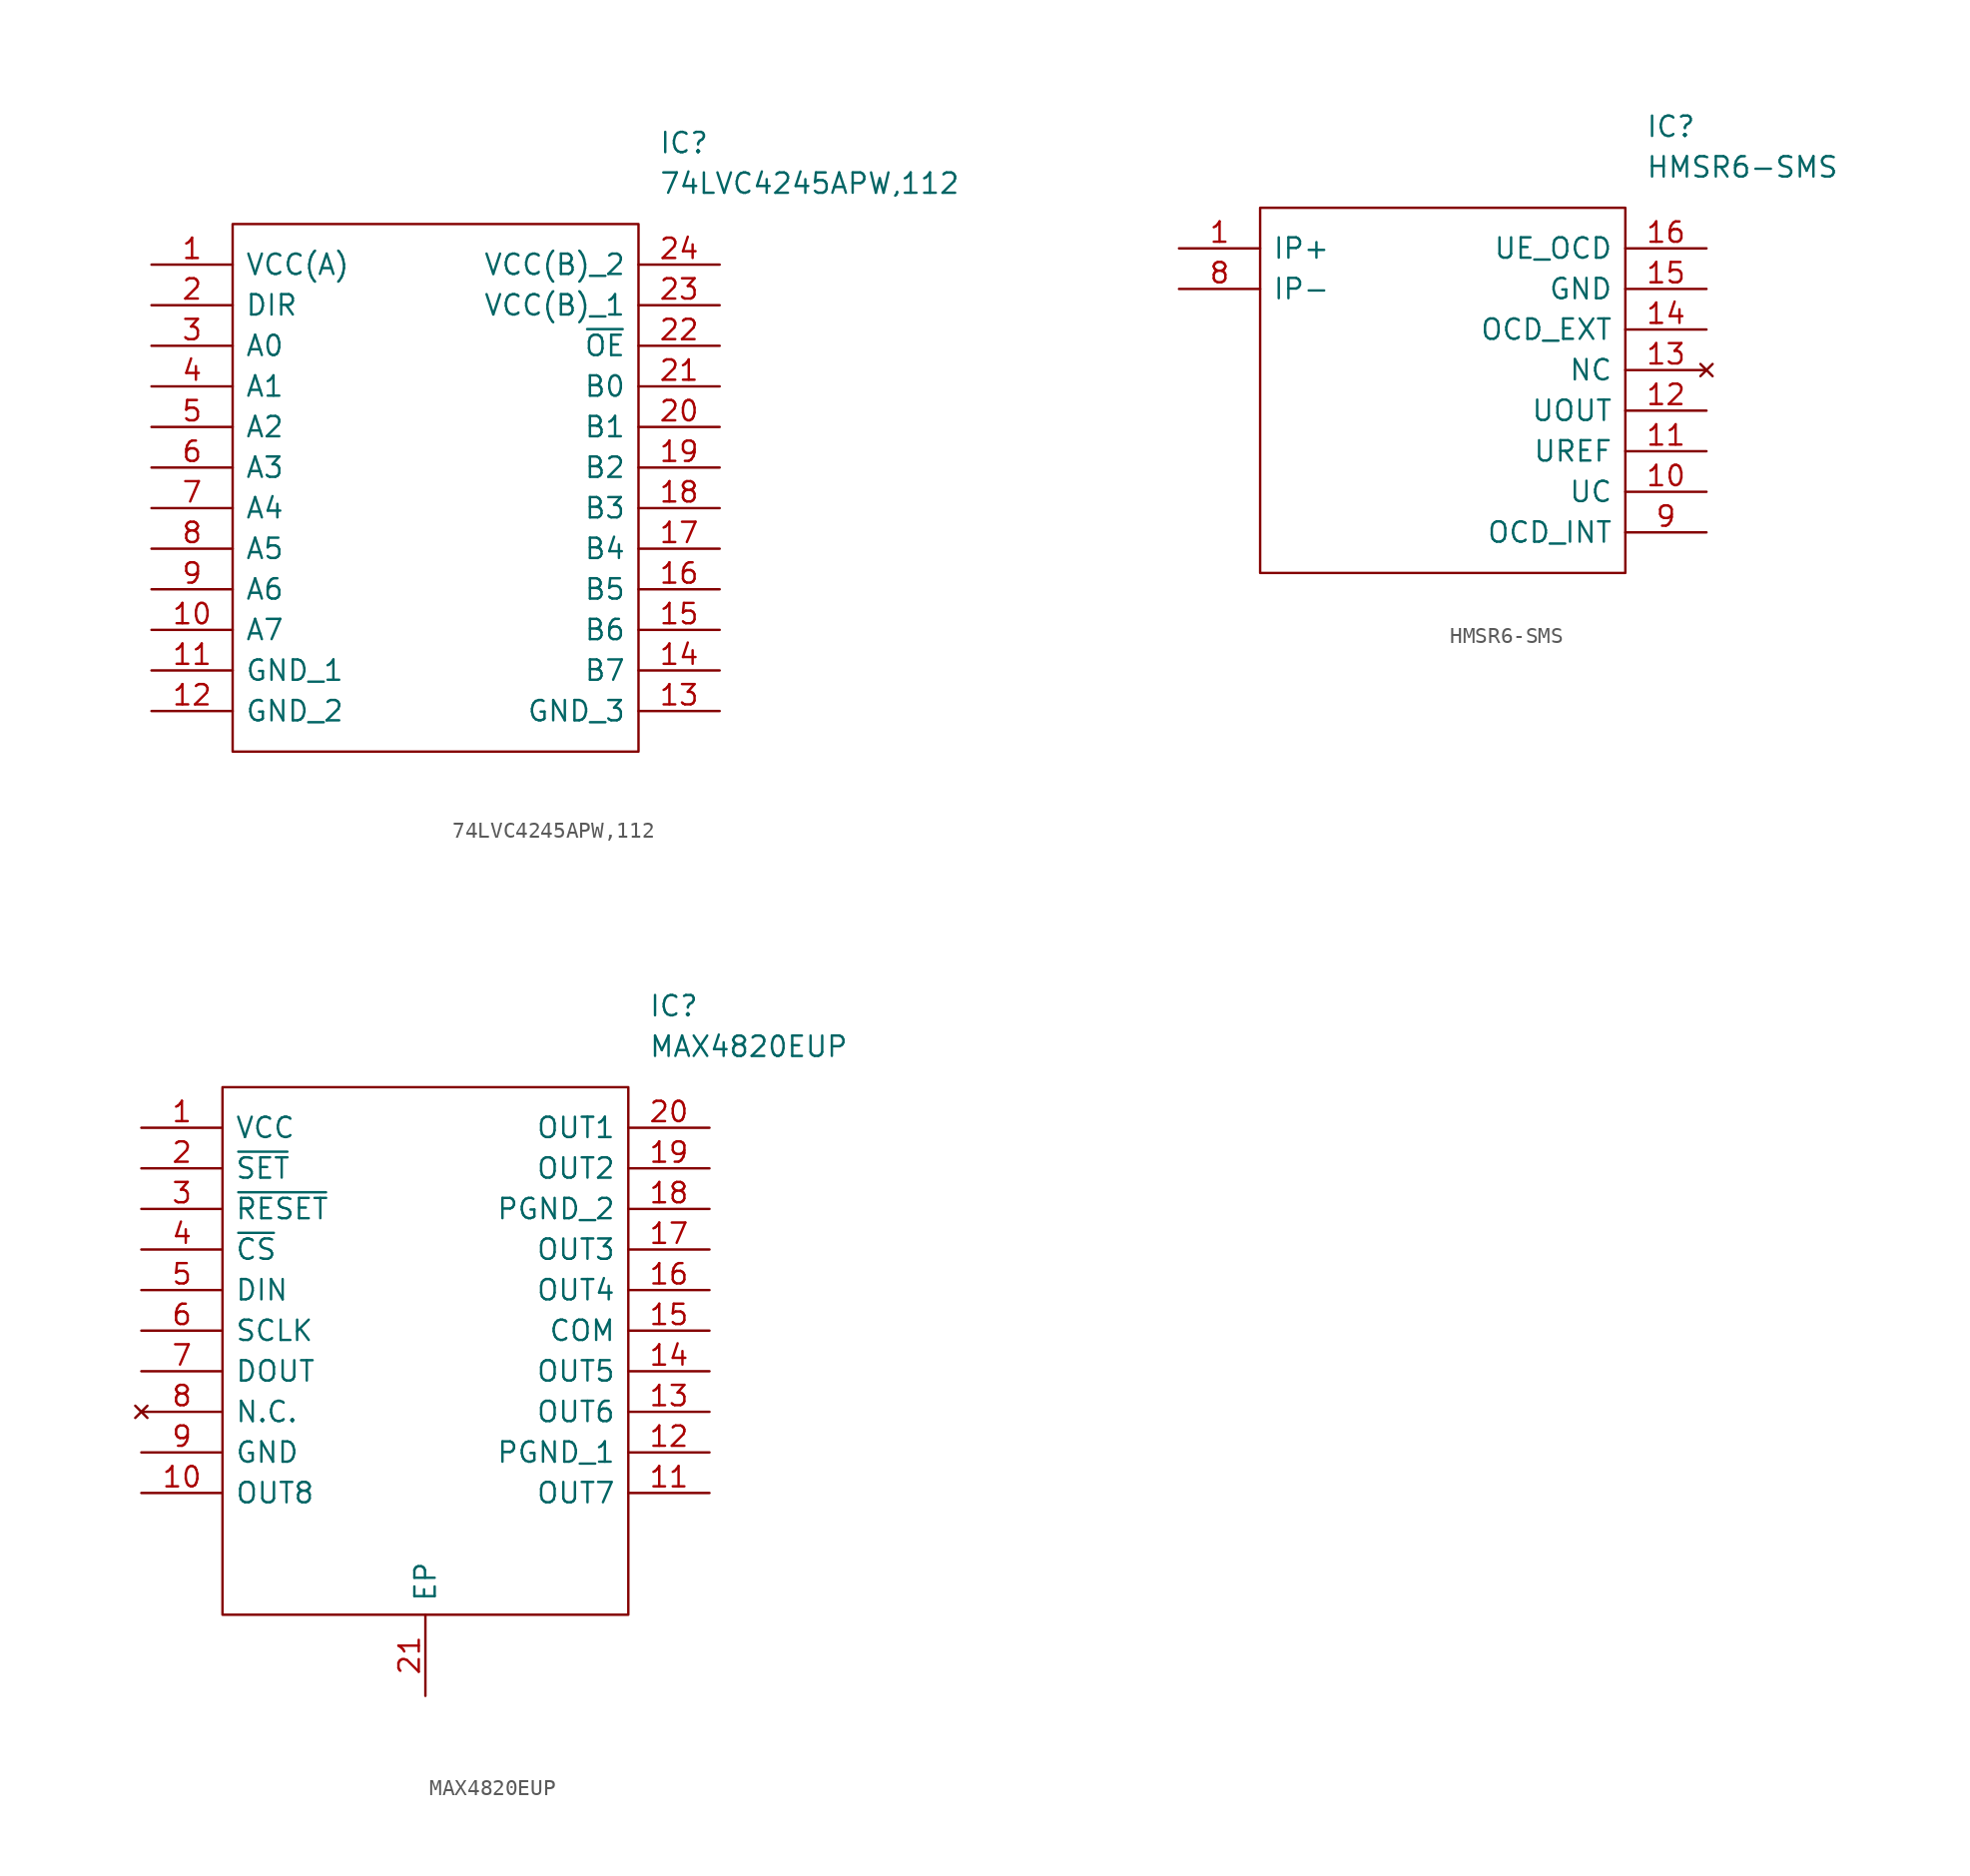
<source format=kicad_sym>
(kicad_symbol_lib
  (version 20211014)
  (generator kicad_symbol_editor)
  (symbol "74LVC4245APW,112"
    (pin_names
      (offset 0.762))
    (property "Reference" "IC"
      (at 31.75 7.62 0)
      (effects (font (size 1.27 1.27)) (justify left)))
    (property "Value" "74LVC4245APW,112"
      (at 31.75 5.08 0)
      (effects (font (size 1.27 1.27)) (justify left)))
    (symbol "74LVC4245APW,112_0_0"
      (pin passive line (at 0 0 0) (length 5.08) (name "VCC(A)" (effects (font (size 1.27 1.27)))) (number "1" (effects (font (size 1.27 1.27)))))
      (pin passive line (at 0 -22.86 0) (length 5.08) (name "A7" (effects (font (size 1.27 1.27)))) (number "10" (effects (font (size 1.27 1.27)))))
      (pin passive line (at 0 -25.4 0) (length 5.08) (name "GND_1" (effects (font (size 1.27 1.27)))) (number "11" (effects (font (size 1.27 1.27)))))
      (pin passive line (at 0 -27.94 0) (length 5.08) (name "GND_2" (effects (font (size 1.27 1.27)))) (number "12" (effects (font (size 1.27 1.27)))))
      (pin passive line (at 35.56 -27.94 180) (length 5.08) (name "GND_3" (effects (font (size 1.27 1.27)))) (number "13" (effects (font (size 1.27 1.27)))))
      (pin passive line (at 35.56 -25.4 180) (length 5.08) (name "B7" (effects (font (size 1.27 1.27)))) (number "14" (effects (font (size 1.27 1.27)))))
      (pin passive line (at 35.56 -22.86 180) (length 5.08) (name "B6" (effects (font (size 1.27 1.27)))) (number "15" (effects (font (size 1.27 1.27)))))
      (pin passive line (at 35.56 -20.32 180) (length 5.08) (name "B5" (effects (font (size 1.27 1.27)))) (number "16" (effects (font (size 1.27 1.27)))))
      (pin passive line (at 35.56 -17.78 180) (length 5.08) (name "B4" (effects (font (size 1.27 1.27)))) (number "17" (effects (font (size 1.27 1.27)))))
      (pin passive line (at 35.56 -15.24 180) (length 5.08) (name "B3" (effects (font (size 1.27 1.27)))) (number "18" (effects (font (size 1.27 1.27)))))
      (pin passive line (at 35.56 -12.7 180) (length 5.08) (name "B2" (effects (font (size 1.27 1.27)))) (number "19" (effects (font (size 1.27 1.27)))))
      (pin passive line (at 0 -2.54 0) (length 5.08) (name "DIR" (effects (font (size 1.27 1.27)))) (number "2" (effects (font (size 1.27 1.27)))))
      (pin passive line (at 35.56 -10.16 180) (length 5.08) (name "B1" (effects (font (size 1.27 1.27)))) (number "20" (effects (font (size 1.27 1.27)))))
      (pin passive line (at 35.56 -7.62 180) (length 5.08) (name "B0" (effects (font (size 1.27 1.27)))) (number "21" (effects (font (size 1.27 1.27)))))
      (pin passive line (at 35.56 -5.08 180) (length 5.08) (name "~{OE}" (effects (font (size 1.27 1.27)))) (number "22" (effects (font (size 1.27 1.27)))))
      (pin passive line (at 35.56 -2.54 180) (length 5.08) (name "VCC(B)_1" (effects (font (size 1.27 1.27)))) (number "23" (effects (font (size 1.27 1.27)))))
      (pin passive line (at 35.56 0 180) (length 5.08) (name "VCC(B)_2" (effects (font (size 1.27 1.27)))) (number "24" (effects (font (size 1.27 1.27)))))
      (pin passive line (at 0 -5.08 0) (length 5.08) (name "A0" (effects (font (size 1.27 1.27)))) (number "3" (effects (font (size 1.27 1.27)))))
      (pin passive line (at 0 -7.62 0) (length 5.08) (name "A1" (effects (font (size 1.27 1.27)))) (number "4" (effects (font (size 1.27 1.27)))))
      (pin passive line (at 0 -10.16 0) (length 5.08) (name "A2" (effects (font (size 1.27 1.27)))) (number "5" (effects (font (size 1.27 1.27)))))
      (pin passive line (at 0 -12.7 0) (length 5.08) (name "A3" (effects (font (size 1.27 1.27)))) (number "6" (effects (font (size 1.27 1.27)))))
      (pin passive line (at 0 -15.24 0) (length 5.08) (name "A4" (effects (font (size 1.27 1.27)))) (number "7" (effects (font (size 1.27 1.27)))))
      (pin passive line (at 0 -17.78 0) (length 5.08) (name "A5" (effects (font (size 1.27 1.27)))) (number "8" (effects (font (size 1.27 1.27)))))
      (pin passive line (at 0 -20.32 0) (length 5.08) (name "A6" (effects (font (size 1.27 1.27)))) (number "9" (effects (font (size 1.27 1.27))))))
    (symbol "74LVC4245APW,112_0_1"
      (polyline (pts (xy 5.08 2.54) (xy 30.48 2.54) (xy 30.48 -30.48) (xy 5.08 -30.48) (xy 5.08 2.54)) (stroke (width 0.152) (type default) (color 0 0 0 0)) (fill (type none)))))
  (symbol "HMSR6-SMS"
    (pin_names
      (offset 0.762))
    (property "Reference" "IC"
      (at 29.21 7.62 0)
      (effects (font (size 1.27 1.27)) (justify left)))
    (property "Value" "HMSR6-SMS"
      (at 29.21 5.08 0)
      (effects (font (size 1.27 1.27)) (justify left)))
    (symbol "HMSR6-SMS_0_0"
      (pin passive line (at 0 0 0) (length 5.08) (name "IP+" (effects (font (size 1.27 1.27)))) (number "1" (effects (font (size 1.27 1.27)))))
      (pin passive line (at 33.02 -15.24 180) (length 5.08) (name "UC" (effects (font (size 1.27 1.27)))) (number "10" (effects (font (size 1.27 1.27)))))
      (pin passive line (at 33.02 -12.7 180) (length 5.08) (name "UREF" (effects (font (size 1.27 1.27)))) (number "11" (effects (font (size 1.27 1.27)))))
      (pin passive line (at 33.02 -10.16 180) (length 5.08) (name "UOUT" (effects (font (size 1.27 1.27)))) (number "12" (effects (font (size 1.27 1.27)))))
      (pin no_connect line (at 33.02 -7.62 180) (length 5.08) (name "NC" (effects (font (size 1.27 1.27)))) (number "13" (effects (font (size 1.27 1.27)))))
      (pin passive line (at 33.02 -5.08 180) (length 5.08) (name "OCD_EXT" (effects (font (size 1.27 1.27)))) (number "14" (effects (font (size 1.27 1.27)))))
      (pin passive line (at 33.02 -2.54 180) (length 5.08) (name "GND" (effects (font (size 1.27 1.27)))) (number "15" (effects (font (size 1.27 1.27)))))
      (pin passive line (at 33.02 0 180) (length 5.08) (name "UE_OCD" (effects (font (size 1.27 1.27)))) (number "16" (effects (font (size 1.27 1.27)))))
      (pin passive line (at 0 -2.54 0) (length 5.08) (name "IP-" (effects (font (size 1.27 1.27)))) (number "8" (effects (font (size 1.27 1.27)))))
      (pin passive line (at 33.02 -17.78 180) (length 5.08) (name "OCD_INT" (effects (font (size 1.27 1.27)))) (number "9" (effects (font (size 1.27 1.27))))))
    (symbol "HMSR6-SMS_0_1"
      (polyline (pts (xy 5.08 2.54) (xy 27.94 2.54) (xy 27.94 -20.32) (xy 5.08 -20.32) (xy 5.08 2.54)) (stroke (width 0.152) (type default) (color 0 0 0 0)) (fill (type none)))))
  (symbol "MAX4820EUP"
    (pin_names
      (offset 0.762))
    (property "Reference" "IC"
      (at 31.75 7.62 0)
      (effects (font (size 1.27 1.27)) (justify left)))
    (property "Value" "MAX4820EUP"
      (at 31.75 5.08 0)
      (effects (font (size 1.27 1.27)) (justify left)))
    (symbol "MAX4820EUP_0_0"
      (pin passive line (at 0 0 0) (length 5.08) (name "VCC" (effects (font (size 1.27 1.27)))) (number "1" (effects (font (size 1.27 1.27)))))
      (pin passive line (at 0 -22.86 0) (length 5.08) (name "OUT8" (effects (font (size 1.27 1.27)))) (number "10" (effects (font (size 1.27 1.27)))))
      (pin passive line (at 35.56 -22.86 180) (length 5.08) (name "OUT7" (effects (font (size 1.27 1.27)))) (number "11" (effects (font (size 1.27 1.27)))))
      (pin passive line (at 35.56 -20.32 180) (length 5.08) (name "PGND_1" (effects (font (size 1.27 1.27)))) (number "12" (effects (font (size 1.27 1.27)))))
      (pin passive line (at 35.56 -17.78 180) (length 5.08) (name "OUT6" (effects (font (size 1.27 1.27)))) (number "13" (effects (font (size 1.27 1.27)))))
      (pin passive line (at 35.56 -15.24 180) (length 5.08) (name "OUT5" (effects (font (size 1.27 1.27)))) (number "14" (effects (font (size 1.27 1.27)))))
      (pin passive line (at 35.56 -12.7 180) (length 5.08) (name "COM" (effects (font (size 1.27 1.27)))) (number "15" (effects (font (size 1.27 1.27)))))
      (pin passive line (at 35.56 -10.16 180) (length 5.08) (name "OUT4" (effects (font (size 1.27 1.27)))) (number "16" (effects (font (size 1.27 1.27)))))
      (pin passive line (at 35.56 -7.62 180) (length 5.08) (name "OUT3" (effects (font (size 1.27 1.27)))) (number "17" (effects (font (size 1.27 1.27)))))
      (pin passive line (at 35.56 -5.08 180) (length 5.08) (name "PGND_2" (effects (font (size 1.27 1.27)))) (number "18" (effects (font (size 1.27 1.27)))))
      (pin passive line (at 35.56 -2.54 180) (length 5.08) (name "OUT2" (effects (font (size 1.27 1.27)))) (number "19" (effects (font (size 1.27 1.27)))))
      (pin passive line (at 0 -2.54 0) (length 5.08) (name "~{SET}" (effects (font (size 1.27 1.27)))) (number "2" (effects (font (size 1.27 1.27)))))
      (pin passive line (at 35.56 0 180) (length 5.08) (name "OUT1" (effects (font (size 1.27 1.27)))) (number "20" (effects (font (size 1.27 1.27)))))
      (pin passive line (at 17.78 -35.56 90) (length 5.08) (name "EP" (effects (font (size 1.27 1.27)))) (number "21" (effects (font (size 1.27 1.27)))))
      (pin passive line (at 0 -5.08 0) (length 5.08) (name "~{RESET}" (effects (font (size 1.27 1.27)))) (number "3" (effects (font (size 1.27 1.27)))))
      (pin passive line (at 0 -7.62 0) (length 5.08) (name "~{CS}" (effects (font (size 1.27 1.27)))) (number "4" (effects (font (size 1.27 1.27)))))
      (pin passive line (at 0 -10.16 0) (length 5.08) (name "DIN" (effects (font (size 1.27 1.27)))) (number "5" (effects (font (size 1.27 1.27)))))
      (pin passive line (at 0 -12.7 0) (length 5.08) (name "SCLK" (effects (font (size 1.27 1.27)))) (number "6" (effects (font (size 1.27 1.27)))))
      (pin passive line (at 0 -15.24 0) (length 5.08) (name "DOUT" (effects (font (size 1.27 1.27)))) (number "7" (effects (font (size 1.27 1.27)))))
      (pin no_connect line (at 0 -17.78 0) (length 5.08) (name "N.C." (effects (font (size 1.27 1.27)))) (number "8" (effects (font (size 1.27 1.27)))))
      (pin passive line (at 0 -20.32 0) (length 5.08) (name "GND" (effects (font (size 1.27 1.27)))) (number "9" (effects (font (size 1.27 1.27))))))
    (symbol "MAX4820EUP_0_1"
      (polyline (pts (xy 5.08 2.54) (xy 30.48 2.54) (xy 30.48 -30.48) (xy 5.08 -30.48) (xy 5.08 2.54)) (stroke (width 0.152) (type default) (color 0 0 0 0)) (fill (type none))))))
</source>
